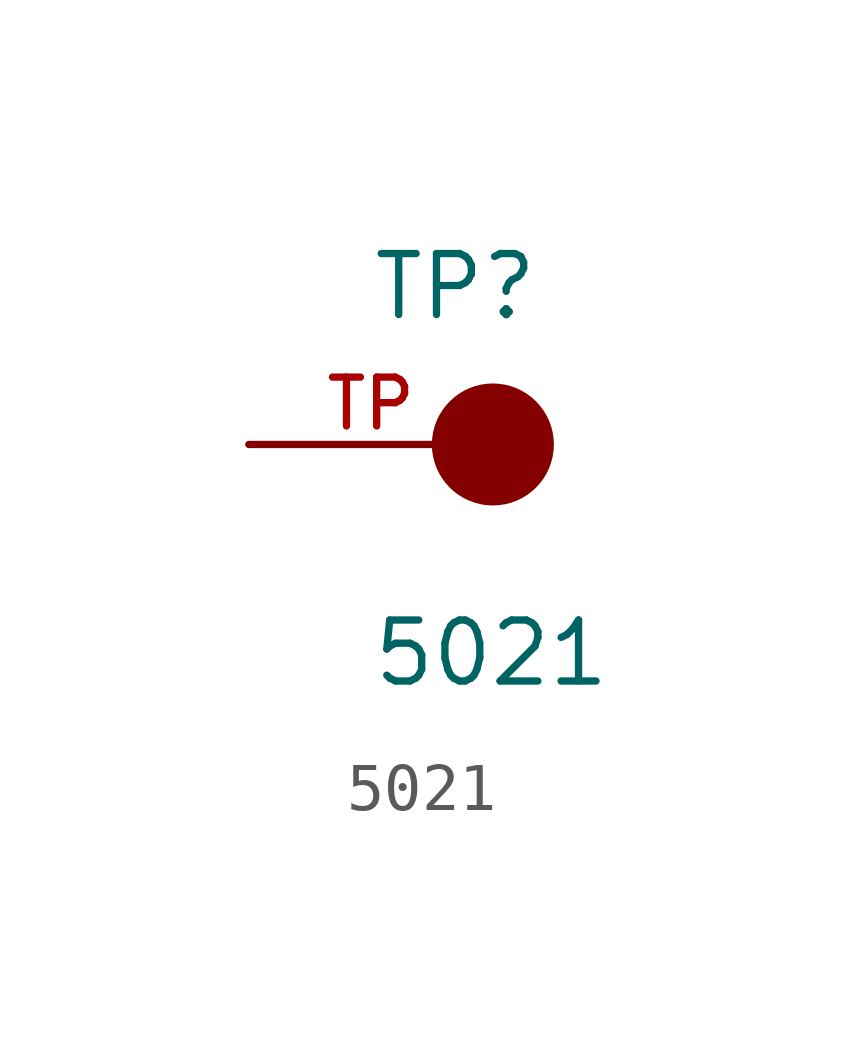
<source format=kicad_sym>
(kicad_symbol_lib
  (version 20211014)
  (generator kicad_symbol_editor)
  (symbol "5021"
    (pin_names
      (offset 1.016))
    (property "Reference" "TP"
      (at -2.544 2.541 0)
      (effects (font (size 1.27 1.27)) (justify bottom left)))
    (property "Value" "5021"
      (at -2.55 -5.087 0)
      (effects (font (size 1.27 1.27)) (justify bottom left)))
    (symbol "5021_0_0"
      (circle (center 0.0 0.0) (radius 0.635) (stroke (width 1.27)) (fill (type none)))
      (pin passive line (at -5.08 0.0 0) (length 5.08) (name "~" (effects (font (size 1.016 1.016)))) (number "TP" (effects (font (size 1.016 1.016))))))))
</source>
